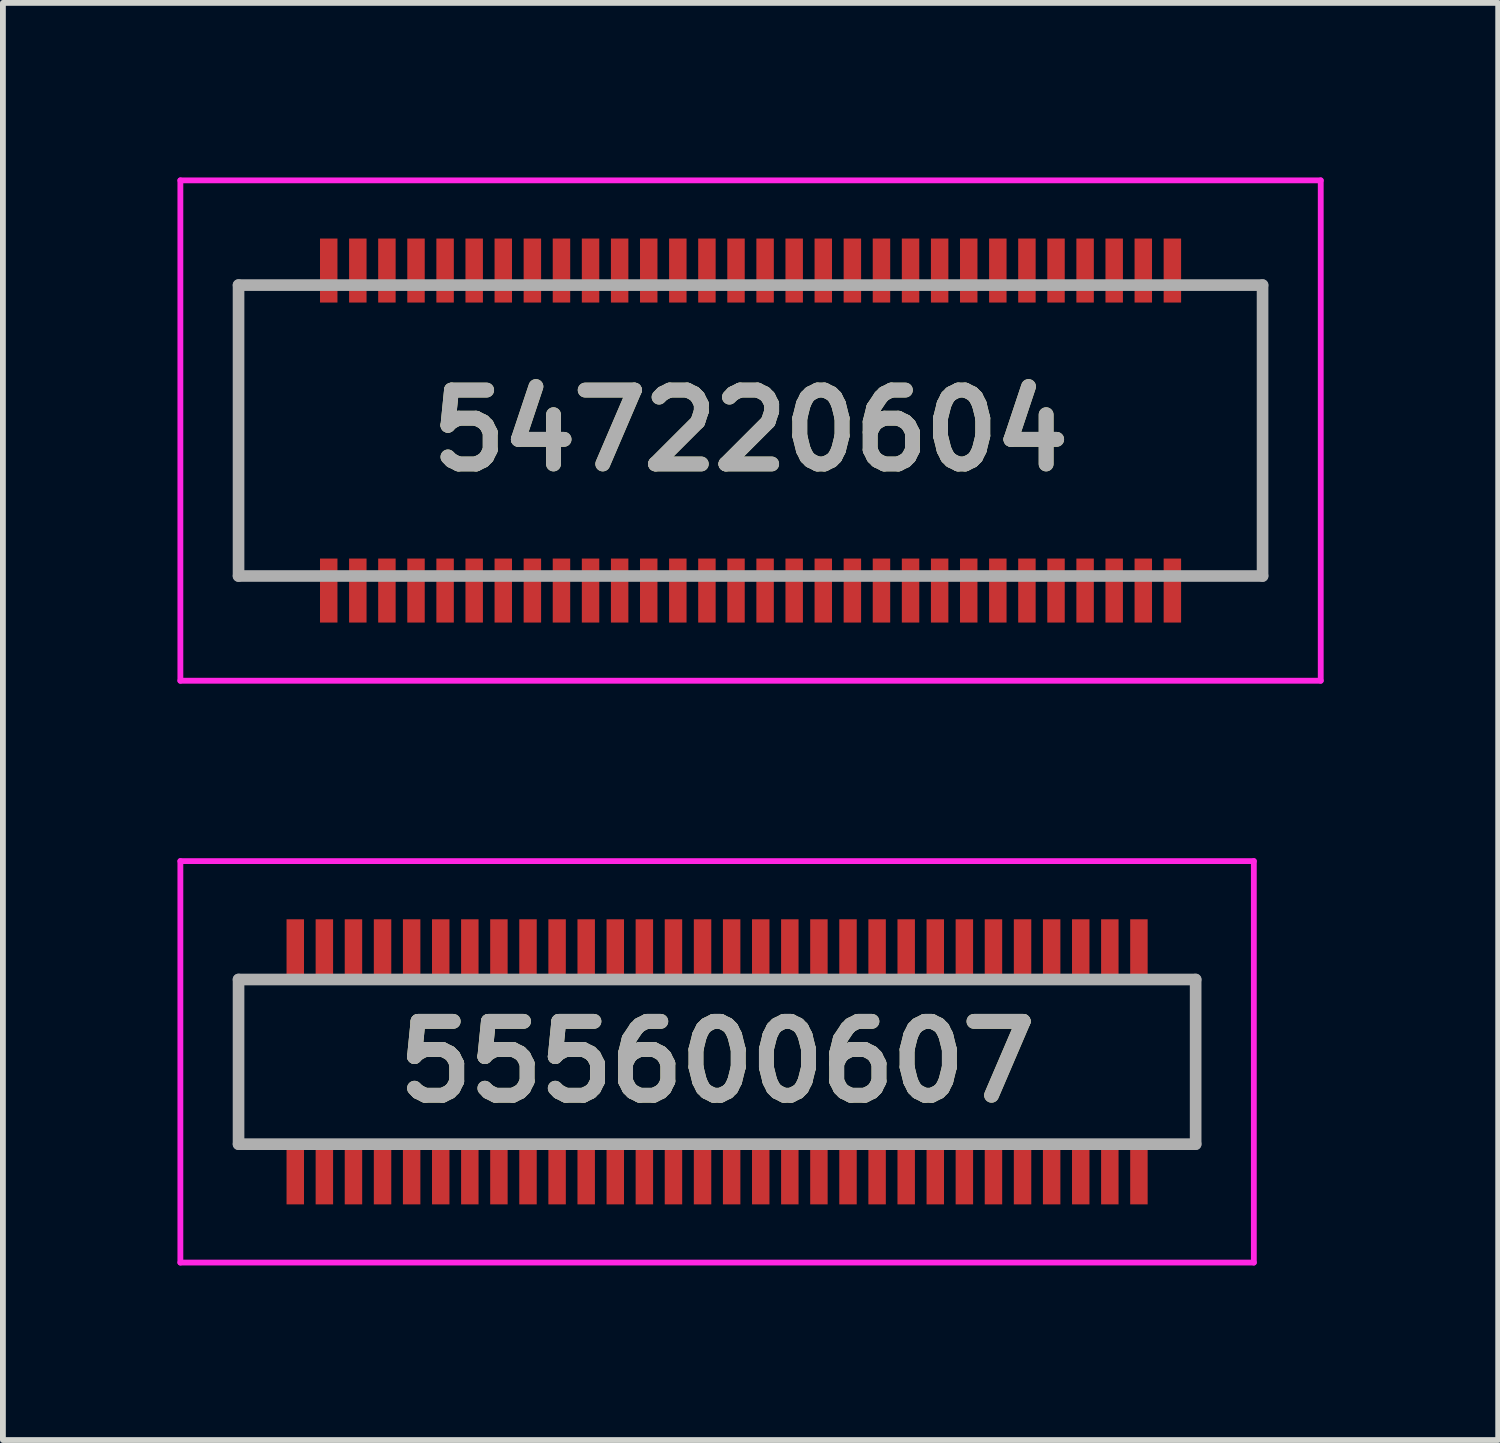
<source format=kicad_pcb>
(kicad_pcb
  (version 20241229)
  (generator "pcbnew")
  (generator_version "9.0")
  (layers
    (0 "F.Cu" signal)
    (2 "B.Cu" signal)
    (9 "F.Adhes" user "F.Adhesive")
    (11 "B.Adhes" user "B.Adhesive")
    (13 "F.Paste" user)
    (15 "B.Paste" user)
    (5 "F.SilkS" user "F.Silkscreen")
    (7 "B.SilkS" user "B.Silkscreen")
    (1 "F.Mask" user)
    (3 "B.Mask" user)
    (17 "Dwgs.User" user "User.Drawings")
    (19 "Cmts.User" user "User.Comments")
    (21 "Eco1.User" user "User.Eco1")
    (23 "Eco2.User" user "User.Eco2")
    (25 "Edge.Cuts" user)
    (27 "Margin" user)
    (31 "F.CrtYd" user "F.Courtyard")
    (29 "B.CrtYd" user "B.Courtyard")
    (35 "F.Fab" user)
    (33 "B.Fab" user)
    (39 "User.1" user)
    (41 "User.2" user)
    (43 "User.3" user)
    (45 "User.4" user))
  (footprint "555600607"
    (layer "F.Cu")
    (at 9.275 15.2)
    (property "Reference" "555600607" (at 0 0 0) (layer "F.SilkS") (effects (font (size 1.27 1.27) (thickness 0.254))))
    (attr smd)
    (fp_line (start -8.225 1.4) (end -7.8 1.4) (stroke (width 0.1) (type solid)) (layer "F.SilkS"))
    (fp_line (start -8.2 -1.4) (end -8.225 1.4) (stroke (width 0.1) (type solid)) (layer "F.SilkS"))
    (fp_line (start -7.8 -1.415) (end -8.2 -1.4) (stroke (width 0.1) (type solid)) (layer "F.SilkS"))
    (fp_line (start 7.8 -1.4) (end 8.2 -1.4) (stroke (width 0.1) (type solid)) (layer "F.SilkS"))
    (fp_line (start 8.2 -1.4) (end 8.225 1.4) (stroke (width 0.1) (type solid)) (layer "F.SilkS"))
    (fp_line (start 8.225 1.4) (end 7.8 1.4) (stroke (width 0.1) (type solid)) (layer "F.SilkS"))
    (fp_line (start -9.225 -3.45) (end 9.225 -3.45) (stroke (width 0.1) (type solid)) (layer "F.CrtYd"))
    (fp_line (start -9.225 3.45) (end -9.225 -3.45) (stroke (width 0.1) (type solid)) (layer "F.CrtYd"))
    (fp_line (start 9.225 -3.45) (end 9.225 3.45) (stroke (width 0.1) (type solid)) (layer "F.CrtYd"))
    (fp_line (start 9.225 3.45) (end -9.225 3.45) (stroke (width 0.1) (type solid)) (layer "F.CrtYd"))
    (fp_line (start -8.225 -1.415) (end 8.225 -1.415) (stroke (width 0.2) (type solid)) (layer "F.Fab"))
    (fp_line (start -8.225 1.415) (end -8.225 -1.415) (stroke (width 0.2) (type solid)) (layer "F.Fab"))
    (fp_line (start 8.225 -1.415) (end 8.225 1.415) (stroke (width 0.2) (type solid)) (layer "F.Fab"))
    (fp_line (start 8.225 1.415) (end -8.225 1.415) (stroke (width 0.2) (type solid)) (layer "F.Fab"))
    (fp_text user "${REFERENCE}" (at 0 0 0) (layer "F.Fab") (effects (font (size 1.27 1.27) (thickness 0.254))))
    (pad "1" smd rect (at -7.25 1.95) (size 0.3 1) (layers "F.Cu" "F.Mask" "F.Paste"))
    (pad "2" smd rect (at -7.25 -1.95) (size 0.3 1) (layers "F.Cu" "F.Mask" "F.Paste"))
    (pad "3" smd rect (at -6.75 1.95) (size 0.3 1) (layers "F.Cu" "F.Mask" "F.Paste"))
    (pad "4" smd rect (at -6.75 -1.95) (size 0.3 1) (layers "F.Cu" "F.Mask" "F.Paste"))
    (pad "5" smd rect (at -6.25 1.95) (size 0.3 1) (layers "F.Cu" "F.Mask" "F.Paste"))
    (pad "6" smd rect (at -6.25 -1.95) (size 0.3 1) (layers "F.Cu" "F.Mask" "F.Paste"))
    (pad "7" smd rect (at -5.75 1.95) (size 0.3 1) (layers "F.Cu" "F.Mask" "F.Paste"))
    (pad "8" smd rect (at -5.75 -1.95) (size 0.3 1) (layers "F.Cu" "F.Mask" "F.Paste"))
    (pad "9" smd rect (at -5.25 1.95) (size 0.3 1) (layers "F.Cu" "F.Mask" "F.Paste"))
    (pad "10" smd rect (at -5.25 -1.95) (size 0.3 1) (layers "F.Cu" "F.Mask" "F.Paste"))
    (pad "11" smd rect (at -4.75 1.95) (size 0.3 1) (layers "F.Cu" "F.Mask" "F.Paste"))
    (pad "12" smd rect (at -4.75 -1.95) (size 0.3 1) (layers "F.Cu" "F.Mask" "F.Paste"))
    (pad "13" smd rect (at -4.25 1.95) (size 0.3 1) (layers "F.Cu" "F.Mask" "F.Paste"))
    (pad "14" smd rect (at -4.25 -1.95) (size 0.3 1) (layers "F.Cu" "F.Mask" "F.Paste"))
    (pad "15" smd rect (at -3.75 1.95) (size 0.3 1) (layers "F.Cu" "F.Mask" "F.Paste"))
    (pad "16" smd rect (at -3.75 -1.95) (size 0.3 1) (layers "F.Cu" "F.Mask" "F.Paste"))
    (pad "17" smd rect (at -3.25 1.95) (size 0.3 1) (layers "F.Cu" "F.Mask" "F.Paste"))
    (pad "18" smd rect (at -3.25 -1.95) (size 0.3 1) (layers "F.Cu" "F.Mask" "F.Paste"))
    (pad "19" smd rect (at -2.75 1.95) (size 0.3 1) (layers "F.Cu" "F.Mask" "F.Paste"))
    (pad "20" smd rect (at -2.75 -1.95) (size 0.3 1) (layers "F.Cu" "F.Mask" "F.Paste"))
    (pad "21" smd rect (at -2.25 1.95) (size 0.3 1) (layers "F.Cu" "F.Mask" "F.Paste"))
    (pad "22" smd rect (at -2.25 -1.95) (size 0.3 1) (layers "F.Cu" "F.Mask" "F.Paste"))
    (pad "23" smd rect (at -1.75 1.95) (size 0.3 1) (layers "F.Cu" "F.Mask" "F.Paste"))
    (pad "24" smd rect (at -1.75 -1.95) (size 0.3 1) (layers "F.Cu" "F.Mask" "F.Paste"))
    (pad "25" smd rect (at -1.25 1.95) (size 0.3 1) (layers "F.Cu" "F.Mask" "F.Paste"))
    (pad "26" smd rect (at -1.25 -1.95) (size 0.3 1) (layers "F.Cu" "F.Mask" "F.Paste"))
    (pad "27" smd rect (at -0.75 1.95) (size 0.3 1) (layers "F.Cu" "F.Mask" "F.Paste"))
    (pad "28" smd rect (at -0.75 -1.95) (size 0.3 1) (layers "F.Cu" "F.Mask" "F.Paste"))
    (pad "29" smd rect (at -0.25 1.95) (size 0.3 1) (layers "F.Cu" "F.Mask" "F.Paste"))
    (pad "30" smd rect (at -0.25 -1.95) (size 0.3 1) (layers "F.Cu" "F.Mask" "F.Paste"))
    (pad "31" smd rect (at 0.25 1.95) (size 0.3 1) (layers "F.Cu" "F.Mask" "F.Paste"))
    (pad "32" smd rect (at 0.25 -1.95) (size 0.3 1) (layers "F.Cu" "F.Mask" "F.Paste"))
    (pad "33" smd rect (at 0.75 1.95) (size 0.3 1) (layers "F.Cu" "F.Mask" "F.Paste"))
    (pad "34" smd rect (at 0.75 -1.95) (size 0.3 1) (layers "F.Cu" "F.Mask" "F.Paste"))
    (pad "35" smd rect (at 1.25 1.95) (size 0.3 1) (layers "F.Cu" "F.Mask" "F.Paste"))
    (pad "36" smd rect (at 1.25 -1.95) (size 0.3 1) (layers "F.Cu" "F.Mask" "F.Paste"))
    (pad "37" smd rect (at 1.75 1.95) (size 0.3 1) (layers "F.Cu" "F.Mask" "F.Paste"))
    (pad "38" smd rect (at 1.75 -1.95) (size 0.3 1) (layers "F.Cu" "F.Mask" "F.Paste"))
    (pad "39" smd rect (at 2.25 1.95) (size 0.3 1) (layers "F.Cu" "F.Mask" "F.Paste"))
    (pad "40" smd rect (at 2.25 -1.95) (size 0.3 1) (layers "F.Cu" "F.Mask" "F.Paste"))
    (pad "41" smd rect (at 2.75 1.95) (size 0.3 1) (layers "F.Cu" "F.Mask" "F.Paste"))
    (pad "42" smd rect (at 2.75 -1.95) (size 0.3 1) (layers "F.Cu" "F.Mask" "F.Paste"))
    (pad "43" smd rect (at 3.25 1.95) (size 0.3 1) (layers "F.Cu" "F.Mask" "F.Paste"))
    (pad "44" smd rect (at 3.25 -1.95) (size 0.3 1) (layers "F.Cu" "F.Mask" "F.Paste"))
    (pad "45" smd rect (at 3.75 1.95) (size 0.3 1) (layers "F.Cu" "F.Mask" "F.Paste"))
    (pad "46" smd rect (at 3.75 -1.95) (size 0.3 1) (layers "F.Cu" "F.Mask" "F.Paste"))
    (pad "47" smd rect (at 4.25 1.95) (size 0.3 1) (layers "F.Cu" "F.Mask" "F.Paste"))
    (pad "48" smd rect (at 4.25 -1.95) (size 0.3 1) (layers "F.Cu" "F.Mask" "F.Paste"))
    (pad "49" smd rect (at 4.75 1.95) (size 0.3 1) (layers "F.Cu" "F.Mask" "F.Paste"))
    (pad "50" smd rect (at 4.75 -1.95) (size 0.3 1) (layers "F.Cu" "F.Mask" "F.Paste"))
    (pad "51" smd rect (at 5.25 1.95) (size 0.3 1) (layers "F.Cu" "F.Mask" "F.Paste"))
    (pad "52" smd rect (at 5.25 -1.95) (size 0.3 1) (layers "F.Cu" "F.Mask" "F.Paste"))
    (pad "53" smd rect (at 5.75 1.95) (size 0.3 1) (layers "F.Cu" "F.Mask" "F.Paste"))
    (pad "54" smd rect (at 5.75 -1.95) (size 0.3 1) (layers "F.Cu" "F.Mask" "F.Paste"))
    (pad "55" smd rect (at 6.25 1.95) (size 0.3 1) (layers "F.Cu" "F.Mask" "F.Paste"))
    (pad "56" smd rect (at 6.25 -1.95) (size 0.3 1) (layers "F.Cu" "F.Mask" "F.Paste"))
    (pad "57" smd rect (at 6.75 1.95) (size 0.3 1) (layers "F.Cu" "F.Mask" "F.Paste"))
    (pad "58" smd rect (at 6.75 -1.95) (size 0.3 1) (layers "F.Cu" "F.Mask" "F.Paste"))
    (pad "59" smd rect (at 7.25 1.95) (size 0.3 1) (layers "F.Cu" "F.Mask" "F.Paste"))
    (pad "60" smd rect (at 7.25 -1.95) (size 0.3 1) (layers "F.Cu" "F.Mask" "F.Paste")))
  (footprint "547220604"
    (layer "F.Cu")
    (at 9.85 4.35)
    (property "Reference" "547220604" (at 0 0 0) (layer "F.SilkS") (effects (font (size 1.27 1.27) (thickness 0.254))))
    (attr smd)
    (fp_line (start -8.8 -2.5) (end -8 -2.5) (stroke (width 0.1) (type solid)) (layer "F.SilkS"))
    (fp_line (start -8.8 2.5) (end -8.8 -2.5) (stroke (width 0.1) (type solid)) (layer "F.SilkS"))
    (fp_line (start -8 2.5) (end -8.8 2.5) (stroke (width 0.1) (type solid)) (layer "F.SilkS"))
    (fp_line (start 8 2.5) (end 8.8 2.5) (stroke (width 0.1) (type solid)) (layer "F.SilkS"))
    (fp_line (start 8.8 -2.5) (end 8 -2.5) (stroke (width 0.1) (type solid)) (layer "F.SilkS"))
    (fp_line (start 8.8 2.5) (end 8.8 -2.5) (stroke (width 0.1) (type solid)) (layer "F.SilkS"))
    (fp_line (start -9.8 -4.3) (end 9.8 -4.3) (stroke (width 0.1) (type solid)) (layer "F.CrtYd"))
    (fp_line (start -9.8 4.3) (end -9.8 -4.3) (stroke (width 0.1) (type solid)) (layer "F.CrtYd"))
    (fp_line (start 9.8 -4.3) (end 9.8 4.3) (stroke (width 0.1) (type solid)) (layer "F.CrtYd"))
    (fp_line (start 9.8 4.3) (end -9.8 4.3) (stroke (width 0.1) (type solid)) (layer "F.CrtYd"))
    (fp_line (start -8.8 -2.5) (end 8.8 -2.5) (stroke (width 0.2) (type solid)) (layer "F.Fab"))
    (fp_line (start -8.8 2.5) (end -8.8 -2.5) (stroke (width 0.2) (type solid)) (layer "F.Fab"))
    (fp_line (start 8.8 -2.5) (end 8.8 2.5) (stroke (width 0.2) (type solid)) (layer "F.Fab"))
    (fp_line (start 8.8 2.5) (end -8.8 2.5) (stroke (width 0.2) (type solid)) (layer "F.Fab"))
    (fp_text user "${REFERENCE}" (at 0 0 0) (layer "F.Fab") (effects (font (size 1.27 1.27) (thickness 0.254))))
    (pad "1" smd rect (at -7.25 2.75) (size 0.3 1.1) (layers "F.Cu" "F.Mask" "F.Paste"))
    (pad "2" smd rect (at -7.25 -2.75) (size 0.3 1.1) (layers "F.Cu" "F.Mask" "F.Paste"))
    (pad "3" smd rect (at -6.75 2.75) (size 0.3 1.1) (layers "F.Cu" "F.Mask" "F.Paste"))
    (pad "4" smd rect (at -6.75 -2.75) (size 0.3 1.1) (layers "F.Cu" "F.Mask" "F.Paste"))
    (pad "5" smd rect (at -6.25 2.75) (size 0.3 1.1) (layers "F.Cu" "F.Mask" "F.Paste"))
    (pad "6" smd rect (at -6.25 -2.75) (size 0.3 1.1) (layers "F.Cu" "F.Mask" "F.Paste"))
    (pad "7" smd rect (at -5.75 2.75) (size 0.3 1.1) (layers "F.Cu" "F.Mask" "F.Paste"))
    (pad "8" smd rect (at -5.75 -2.75) (size 0.3 1.1) (layers "F.Cu" "F.Mask" "F.Paste"))
    (pad "9" smd rect (at -5.25 2.75) (size 0.3 1.1) (layers "F.Cu" "F.Mask" "F.Paste"))
    (pad "10" smd rect (at -5.25 -2.75) (size 0.3 1.1) (layers "F.Cu" "F.Mask" "F.Paste"))
    (pad "11" smd rect (at -4.75 2.75) (size 0.3 1.1) (layers "F.Cu" "F.Mask" "F.Paste"))
    (pad "12" smd rect (at -4.75 -2.75) (size 0.3 1.1) (layers "F.Cu" "F.Mask" "F.Paste"))
    (pad "13" smd rect (at -4.25 2.75) (size 0.3 1.1) (layers "F.Cu" "F.Mask" "F.Paste"))
    (pad "14" smd rect (at -4.25 -2.75) (size 0.3 1.1) (layers "F.Cu" "F.Mask" "F.Paste"))
    (pad "15" smd rect (at -3.75 2.75) (size 0.3 1.1) (layers "F.Cu" "F.Mask" "F.Paste"))
    (pad "16" smd rect (at -3.75 -2.75) (size 0.3 1.1) (layers "F.Cu" "F.Mask" "F.Paste"))
    (pad "17" smd rect (at -3.25 2.75) (size 0.3 1.1) (layers "F.Cu" "F.Mask" "F.Paste"))
    (pad "18" smd rect (at -3.25 -2.75) (size 0.3 1.1) (layers "F.Cu" "F.Mask" "F.Paste"))
    (pad "19" smd rect (at -2.75 2.75) (size 0.3 1.1) (layers "F.Cu" "F.Mask" "F.Paste"))
    (pad "20" smd rect (at -2.75 -2.75) (size 0.3 1.1) (layers "F.Cu" "F.Mask" "F.Paste"))
    (pad "21" smd rect (at -2.25 2.75) (size 0.3 1.1) (layers "F.Cu" "F.Mask" "F.Paste"))
    (pad "22" smd rect (at -2.25 -2.75) (size 0.3 1.1) (layers "F.Cu" "F.Mask" "F.Paste"))
    (pad "23" smd rect (at -1.75 2.75) (size 0.3 1.1) (layers "F.Cu" "F.Mask" "F.Paste"))
    (pad "24" smd rect (at -1.75 -2.75) (size 0.3 1.1) (layers "F.Cu" "F.Mask" "F.Paste"))
    (pad "25" smd rect (at -1.25 2.75) (size 0.3 1.1) (layers "F.Cu" "F.Mask" "F.Paste"))
    (pad "26" smd rect (at -1.25 -2.75) (size 0.3 1.1) (layers "F.Cu" "F.Mask" "F.Paste"))
    (pad "27" smd rect (at -0.75 2.75) (size 0.3 1.1) (layers "F.Cu" "F.Mask" "F.Paste"))
    (pad "28" smd rect (at -0.75 -2.75) (size 0.3 1.1) (layers "F.Cu" "F.Mask" "F.Paste"))
    (pad "29" smd rect (at -0.25 2.75) (size 0.3 1.1) (layers "F.Cu" "F.Mask" "F.Paste"))
    (pad "30" smd rect (at -0.25 -2.75) (size 0.3 1.1) (layers "F.Cu" "F.Mask" "F.Paste"))
    (pad "31" smd rect (at 0.25 2.75) (size 0.3 1.1) (layers "F.Cu" "F.Mask" "F.Paste"))
    (pad "32" smd rect (at 0.25 -2.75) (size 0.3 1.1) (layers "F.Cu" "F.Mask" "F.Paste"))
    (pad "33" smd rect (at 0.75 2.75) (size 0.3 1.1) (layers "F.Cu" "F.Mask" "F.Paste"))
    (pad "34" smd rect (at 0.75 -2.75) (size 0.3 1.1) (layers "F.Cu" "F.Mask" "F.Paste"))
    (pad "35" smd rect (at 1.25 2.75) (size 0.3 1.1) (layers "F.Cu" "F.Mask" "F.Paste"))
    (pad "36" smd rect (at 1.25 -2.75) (size 0.3 1.1) (layers "F.Cu" "F.Mask" "F.Paste"))
    (pad "37" smd rect (at 1.75 2.75) (size 0.3 1.1) (layers "F.Cu" "F.Mask" "F.Paste"))
    (pad "38" smd rect (at 1.75 -2.75) (size 0.3 1.1) (layers "F.Cu" "F.Mask" "F.Paste"))
    (pad "39" smd rect (at 2.25 2.75) (size 0.3 1.1) (layers "F.Cu" "F.Mask" "F.Paste"))
    (pad "40" smd rect (at 2.25 -2.75) (size 0.3 1.1) (layers "F.Cu" "F.Mask" "F.Paste"))
    (pad "41" smd rect (at 2.75 2.75) (size 0.3 1.1) (layers "F.Cu" "F.Mask" "F.Paste"))
    (pad "42" smd rect (at 2.75 -2.75) (size 0.3 1.1) (layers "F.Cu" "F.Mask" "F.Paste"))
    (pad "43" smd rect (at 3.25 2.75) (size 0.3 1.1) (layers "F.Cu" "F.Mask" "F.Paste"))
    (pad "44" smd rect (at 3.25 -2.75) (size 0.3 1.1) (layers "F.Cu" "F.Mask" "F.Paste"))
    (pad "45" smd rect (at 3.75 2.75) (size 0.3 1.1) (layers "F.Cu" "F.Mask" "F.Paste"))
    (pad "46" smd rect (at 3.75 -2.75) (size 0.3 1.1) (layers "F.Cu" "F.Mask" "F.Paste"))
    (pad "47" smd rect (at 4.25 2.75) (size 0.3 1.1) (layers "F.Cu" "F.Mask" "F.Paste"))
    (pad "48" smd rect (at 4.25 -2.75) (size 0.3 1.1) (layers "F.Cu" "F.Mask" "F.Paste"))
    (pad "49" smd rect (at 4.75 2.75) (size 0.3 1.1) (layers "F.Cu" "F.Mask" "F.Paste"))
    (pad "50" smd rect (at 4.75 -2.75) (size 0.3 1.1) (layers "F.Cu" "F.Mask" "F.Paste"))
    (pad "51" smd rect (at 5.25 2.75) (size 0.3 1.1) (layers "F.Cu" "F.Mask" "F.Paste"))
    (pad "52" smd rect (at 5.25 -2.75) (size 0.3 1.1) (layers "F.Cu" "F.Mask" "F.Paste"))
    (pad "53" smd rect (at 5.75 2.75) (size 0.3 1.1) (layers "F.Cu" "F.Mask" "F.Paste"))
    (pad "54" smd rect (at 5.75 -2.75) (size 0.3 1.1) (layers "F.Cu" "F.Mask" "F.Paste"))
    (pad "55" smd rect (at 6.25 2.75) (size 0.3 1.1) (layers "F.Cu" "F.Mask" "F.Paste"))
    (pad "56" smd rect (at 6.25 -2.75) (size 0.3 1.1) (layers "F.Cu" "F.Mask" "F.Paste"))
    (pad "57" smd rect (at 6.75 2.75) (size 0.3 1.1) (layers "F.Cu" "F.Mask" "F.Paste"))
    (pad "58" smd rect (at 6.75 -2.75) (size 0.3 1.1) (layers "F.Cu" "F.Mask" "F.Paste"))
    (pad "59" smd rect (at 7.25 2.75) (size 0.3 1.1) (layers "F.Cu" "F.Mask" "F.Paste"))
    (pad "60" smd rect (at 7.25 -2.75) (size 0.3 1.1) (layers "F.Cu" "F.Mask" "F.Paste")))
  (gr_rect
    (start -3 -3)
    (end 22.7 21.7)
    (stroke (width 0.1) (type default))
    (fill no)
    (layer "Edge.Cuts")))
</source>
